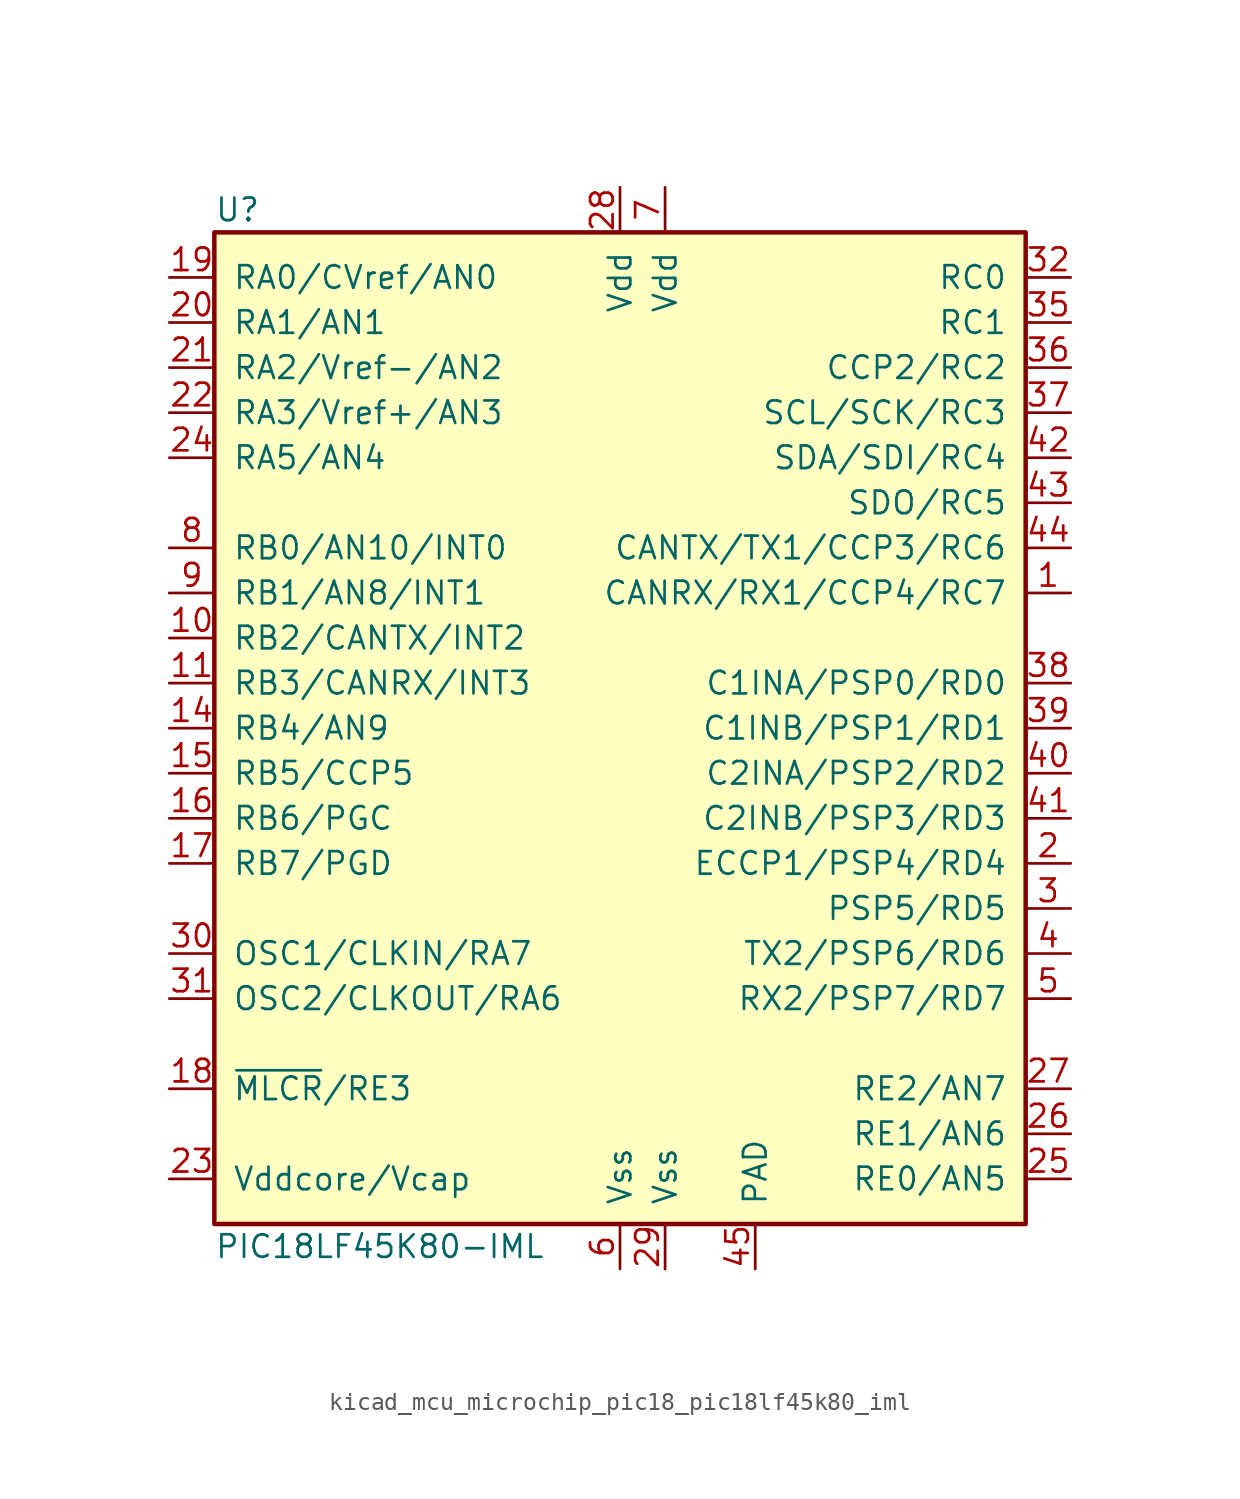
<source format=kicad_sym>
(kicad_symbol_lib
  (version 20220914)
  (generator kicad_symbol_editor)
  (symbol "kicad_mcu_microchip_pic18_pic18lf45k80_iml"
    (pin_names
      (offset 1.016))
    (property "Reference" "U"
      (at -22.86 29.21 0)
      (effects (font (size 1.27 1.27)) (justify left)))
    (property "Value" "PIC18LF45K80-IML"
      (at -22.86 -29.21 0)
      (effects (font (size 1.27 1.27)) (justify left)))
    (symbol "kicad_mcu_microchip_pic18_pic18lf45k80_iml_0_1"
      (rectangle (start -22.86 27.94) (end 22.86 -27.94) (stroke (width 0.254) (type default)) (fill (type background))))
    (symbol "kicad_mcu_microchip_pic18_pic18lf45k80_iml_1_1"
      (pin bidirectional line (at 25.4 7.62 180) (length 2.54) (name "CANRX/RX1/CCP4/RC7" (effects (font (size 1.27 1.27)))) (number "1" (effects (font (size 1.27 1.27)))))
      (pin bidirectional line (at -25.4 5.08 0) (length 2.54) (name "RB2/CANTX/INT2" (effects (font (size 1.27 1.27)))) (number "10" (effects (font (size 1.27 1.27)))))
      (pin bidirectional line (at -25.4 2.54 0) (length 2.54) (name "RB3/CANRX/INT3" (effects (font (size 1.27 1.27)))) (number "11" (effects (font (size 1.27 1.27)))))
      (pin no_connect line (at -10.16 -27.94 90) (length 2.54) hide (name "NC" (effects (font (size 1.27 1.27)))) (number "12" (effects (font (size 1.27 1.27)))))
      (pin no_connect line (at -7.62 -27.94 90) (length 2.54) hide (name "NC" (effects (font (size 1.27 1.27)))) (number "13" (effects (font (size 1.27 1.27)))))
      (pin bidirectional line (at -25.4 0 0) (length 2.54) (name "RB4/AN9" (effects (font (size 1.27 1.27)))) (number "14" (effects (font (size 1.27 1.27)))))
      (pin bidirectional line (at -25.4 -2.54 0) (length 2.54) (name "RB5/CCP5" (effects (font (size 1.27 1.27)))) (number "15" (effects (font (size 1.27 1.27)))))
      (pin bidirectional line (at -25.4 -5.08 0) (length 2.54) (name "RB6/PGC" (effects (font (size 1.27 1.27)))) (number "16" (effects (font (size 1.27 1.27)))))
      (pin bidirectional line (at -25.4 -7.62 0) (length 2.54) (name "RB7/PGD" (effects (font (size 1.27 1.27)))) (number "17" (effects (font (size 1.27 1.27)))))
      (pin bidirectional line (at -25.4 -20.32 0) (length 2.54) (name "~{MLCR}/RE3" (effects (font (size 1.27 1.27)))) (number "18" (effects (font (size 1.27 1.27)))))
      (pin bidirectional line (at -25.4 25.4 0) (length 2.54) (name "RA0/CVref/AN0" (effects (font (size 1.27 1.27)))) (number "19" (effects (font (size 1.27 1.27)))))
      (pin bidirectional line (at 25.4 -7.62 180) (length 2.54) (name "ECCP1/PSP4/RD4" (effects (font (size 1.27 1.27)))) (number "2" (effects (font (size 1.27 1.27)))))
      (pin bidirectional line (at -25.4 22.86 0) (length 2.54) (name "RA1/AN1" (effects (font (size 1.27 1.27)))) (number "20" (effects (font (size 1.27 1.27)))))
      (pin bidirectional line (at -25.4 20.32 0) (length 2.54) (name "RA2/Vref-/AN2" (effects (font (size 1.27 1.27)))) (number "21" (effects (font (size 1.27 1.27)))))
      (pin bidirectional line (at -25.4 17.78 0) (length 2.54) (name "RA3/Vref+/AN3" (effects (font (size 1.27 1.27)))) (number "22" (effects (font (size 1.27 1.27)))))
      (pin power_in line (at -25.4 -25.4 0) (length 2.54) (name "Vddcore/Vcap" (effects (font (size 1.27 1.27)))) (number "23" (effects (font (size 1.27 1.27)))))
      (pin bidirectional line (at -25.4 15.24 0) (length 2.54) (name "RA5/AN4" (effects (font (size 1.27 1.27)))) (number "24" (effects (font (size 1.27 1.27)))))
      (pin bidirectional line (at 25.4 -25.4 180) (length 2.54) (name "RE0/AN5" (effects (font (size 1.27 1.27)))) (number "25" (effects (font (size 1.27 1.27)))))
      (pin bidirectional line (at 25.4 -22.86 180) (length 2.54) (name "RE1/AN6" (effects (font (size 1.27 1.27)))) (number "26" (effects (font (size 1.27 1.27)))))
      (pin bidirectional line (at 25.4 -20.32 180) (length 2.54) (name "RE2/AN7" (effects (font (size 1.27 1.27)))) (number "27" (effects (font (size 1.27 1.27)))))
      (pin power_in line (at 0 30.48 270) (length 2.54) (name "Vdd" (effects (font (size 1.27 1.27)))) (number "28" (effects (font (size 1.27 1.27)))))
      (pin power_in line (at 2.54 -30.48 90) (length 2.54) (name "Vss" (effects (font (size 1.27 1.27)))) (number "29" (effects (font (size 1.27 1.27)))))
      (pin bidirectional line (at 25.4 -10.16 180) (length 2.54) (name "PSP5/RD5" (effects (font (size 1.27 1.27)))) (number "3" (effects (font (size 1.27 1.27)))))
      (pin input line (at -25.4 -12.7 0) (length 2.54) (name "OSC1/CLKIN/RA7" (effects (font (size 1.27 1.27)))) (number "30" (effects (font (size 1.27 1.27)))))
      (pin input line (at -25.4 -15.24 0) (length 2.54) (name "OSC2/CLKOUT/RA6" (effects (font (size 1.27 1.27)))) (number "31" (effects (font (size 1.27 1.27)))))
      (pin bidirectional line (at 25.4 25.4 180) (length 2.54) (name "RC0" (effects (font (size 1.27 1.27)))) (number "32" (effects (font (size 1.27 1.27)))))
      (pin no_connect line (at -5.08 -27.94 90) (length 2.54) hide (name "NC" (effects (font (size 1.27 1.27)))) (number "33" (effects (font (size 1.27 1.27)))))
      (pin no_connect line (at -2.54 -27.94 90) (length 2.54) hide (name "NC" (effects (font (size 1.27 1.27)))) (number "34" (effects (font (size 1.27 1.27)))))
      (pin bidirectional line (at 25.4 22.86 180) (length 2.54) (name "RC1" (effects (font (size 1.27 1.27)))) (number "35" (effects (font (size 1.27 1.27)))))
      (pin bidirectional line (at 25.4 20.32 180) (length 2.54) (name "CCP2/RC2" (effects (font (size 1.27 1.27)))) (number "36" (effects (font (size 1.27 1.27)))))
      (pin bidirectional line (at 25.4 17.78 180) (length 2.54) (name "SCL/SCK/RC3" (effects (font (size 1.27 1.27)))) (number "37" (effects (font (size 1.27 1.27)))))
      (pin bidirectional line (at 25.4 2.54 180) (length 2.54) (name "C1INA/PSP0/RD0" (effects (font (size 1.27 1.27)))) (number "38" (effects (font (size 1.27 1.27)))))
      (pin bidirectional line (at 25.4 0 180) (length 2.54) (name "C1INB/PSP1/RD1" (effects (font (size 1.27 1.27)))) (number "39" (effects (font (size 1.27 1.27)))))
      (pin bidirectional line (at 25.4 -12.7 180) (length 2.54) (name "TX2/PSP6/RD6" (effects (font (size 1.27 1.27)))) (number "4" (effects (font (size 1.27 1.27)))))
      (pin bidirectional line (at 25.4 -2.54 180) (length 2.54) (name "C2INA/PSP2/RD2" (effects (font (size 1.27 1.27)))) (number "40" (effects (font (size 1.27 1.27)))))
      (pin bidirectional line (at 25.4 -5.08 180) (length 2.54) (name "C2INB/PSP3/RD3" (effects (font (size 1.27 1.27)))) (number "41" (effects (font (size 1.27 1.27)))))
      (pin bidirectional line (at 25.4 15.24 180) (length 2.54) (name "SDA/SDI/RC4" (effects (font (size 1.27 1.27)))) (number "42" (effects (font (size 1.27 1.27)))))
      (pin bidirectional line (at 25.4 12.7 180) (length 2.54) (name "SDO/RC5" (effects (font (size 1.27 1.27)))) (number "43" (effects (font (size 1.27 1.27)))))
      (pin bidirectional line (at 25.4 10.16 180) (length 2.54) (name "CANTX/TX1/CCP3/RC6" (effects (font (size 1.27 1.27)))) (number "44" (effects (font (size 1.27 1.27)))))
      (pin power_in line (at 7.62 -30.48 90) (length 2.54) (name "PAD" (effects (font (size 1.27 1.27)))) (number "45" (effects (font (size 1.27 1.27)))))
      (pin bidirectional line (at 25.4 -15.24 180) (length 2.54) (name "RX2/PSP7/RD7" (effects (font (size 1.27 1.27)))) (number "5" (effects (font (size 1.27 1.27)))))
      (pin power_in line (at 0 -30.48 90) (length 2.54) (name "Vss" (effects (font (size 1.27 1.27)))) (number "6" (effects (font (size 1.27 1.27)))))
      (pin power_in line (at 2.54 30.48 270) (length 2.54) (name "Vdd" (effects (font (size 1.27 1.27)))) (number "7" (effects (font (size 1.27 1.27)))))
      (pin bidirectional line (at -25.4 10.16 0) (length 2.54) (name "RB0/AN10/INT0" (effects (font (size 1.27 1.27)))) (number "8" (effects (font (size 1.27 1.27)))))
      (pin bidirectional line (at -25.4 7.62 0) (length 2.54) (name "RB1/AN8/INT1" (effects (font (size 1.27 1.27)))) (number "9" (effects (font (size 1.27 1.27))))))))
</source>
